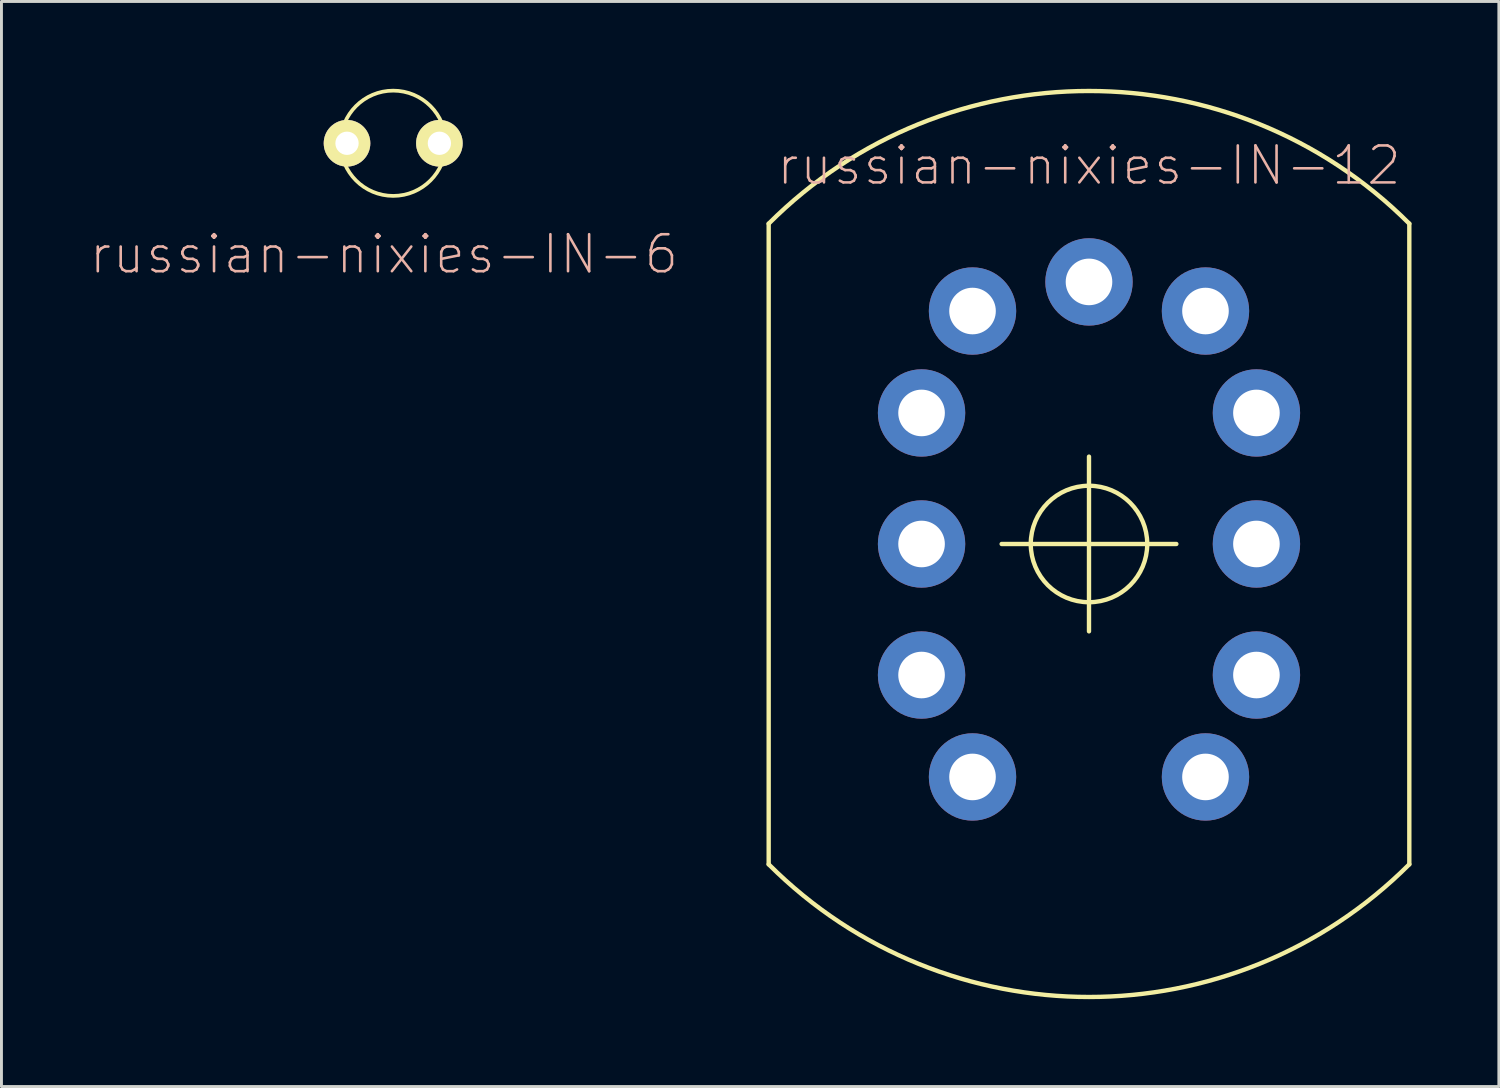
<source format=kicad_pcb>
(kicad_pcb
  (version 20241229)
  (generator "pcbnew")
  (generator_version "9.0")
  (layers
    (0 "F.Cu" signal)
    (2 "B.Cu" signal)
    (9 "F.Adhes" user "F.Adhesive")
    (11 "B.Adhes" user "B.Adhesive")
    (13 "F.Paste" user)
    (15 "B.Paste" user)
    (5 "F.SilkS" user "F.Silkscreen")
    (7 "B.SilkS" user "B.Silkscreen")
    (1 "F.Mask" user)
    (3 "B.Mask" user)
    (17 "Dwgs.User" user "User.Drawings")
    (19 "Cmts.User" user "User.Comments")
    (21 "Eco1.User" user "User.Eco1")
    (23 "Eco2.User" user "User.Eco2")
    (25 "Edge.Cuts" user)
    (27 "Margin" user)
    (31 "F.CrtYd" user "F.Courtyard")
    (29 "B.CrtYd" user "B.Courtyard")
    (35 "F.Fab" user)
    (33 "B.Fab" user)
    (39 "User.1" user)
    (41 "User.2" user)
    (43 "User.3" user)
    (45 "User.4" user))
  (footprint "russian-nixies-IN-6"
    (layer "F.Cu")
    (at 10.454 1.87)
    (property "Reference" "russian-nixies-IN-6" (at -0.318 3.81 180) (layer "B.SilkS") (effects (font (size 1.27 1.27) (thickness 0.089))))
    (attr exclude_from_pos_files exclude_from_bom)
    (fp_circle (center 0 0) (end -1.278 1.278) (stroke (width 0.127) (type solid)) (fill no) (layer "F.SilkS"))
    (pad "A" thru_hole circle (at -1.587 0) (size 1.6 1.6) (drill 0.8) (layers "*.Cu" "F.Mask" "F.SilkS" "F.Paste"))
    (pad "K" thru_hole circle (at 1.585 0) (size 1.6 1.6) (drill 0.8) (layers "*.Cu" "F.Mask" "F.SilkS" "F.Paste")))
  (footprint "russian-nixies-IN-12"
    (layer "F.Cu")
    (at 34.347 15.631)
    (property "Reference" "russian-nixies-IN-12" (at 0 -13 180) (layer "B.SilkS") (effects (font (size 1.27 1.27) (thickness 0.089))))
    (attr exclude_from_pos_files exclude_from_bom)
    (fp_line (start -11 11) (end -11 -11) (stroke (width 0.15) (type solid)) (layer "F.SilkS"))
    (fp_line (start -3 0) (end 3 0) (stroke (width 0.15) (type solid)) (layer "F.SilkS"))
    (fp_line (start 0 -3) (end 0 3) (stroke (width 0.15) (type solid)) (layer "F.SilkS"))
    (fp_line (start 11 -11) (end 11 11) (stroke (width 0.15) (type solid)) (layer "F.SilkS"))
    (fp_arc (start -11 -11) (mid 0 -15.556349) (end 11 -11) (stroke (width 0.15) (type solid)) (layer "F.SilkS"))
    (fp_arc (start 11 11) (mid 0 15.556349) (end -11 11) (stroke (width 0.15) (type solid)) (layer "F.SilkS"))
    (fp_circle (center 0 0) (end 2 0) (stroke (width 0.15) (type solid)) (fill no) (layer "F.SilkS"))
    (pad "0" thru_hole circle (at 5.75 4.5) (size 3 3) (drill 1.6) (layers "*.Cu" "*.Mask"))
    (pad "1" thru_hole circle (at -4 8) (size 3 3) (drill 1.6) (layers "*.Cu" "*.Mask"))
    (pad "2" thru_hole circle (at -5.75 4.5) (size 3 3) (drill 1.6) (layers "*.Cu" "*.Mask"))
    (pad "3" thru_hole circle (at -5.75 0) (size 3 3) (drill 1.6) (layers "*.Cu" "*.Mask"))
    (pad "4" thru_hole circle (at -5.75 -4.5) (size 3 3) (drill 1.6) (layers "*.Cu" "*.Mask"))
    (pad "5" thru_hole circle (at -4 -8) (size 3 3) (drill 1.6) (layers "*.Cu" "*.Mask"))
    (pad "6" thru_hole circle (at 0 -9) (size 3 3) (drill 1.6) (layers "*.Cu" "*.Mask"))
    (pad "7" thru_hole circle (at 4 -8) (size 3 3) (drill 1.6) (layers "*.Cu" "*.Mask"))
    (pad "8" thru_hole circle (at 5.75 -4.5) (size 3 3) (drill 1.6) (layers "*.Cu" "*.Mask"))
    (pad "9" thru_hole circle (at 5.75 0) (size 3 3) (drill 1.6) (layers "*.Cu" "*.Mask"))
    (pad "A" thru_hole circle (at 4 8) (size 3 3) (drill 1.6) (layers "*.Cu" "*.Mask")))
  (gr_rect
    (start -3 -3)
    (end 48.422 34.263)
    (stroke (width 0.1) (type default))
    (fill no)
    (layer "Edge.Cuts")))
</source>
